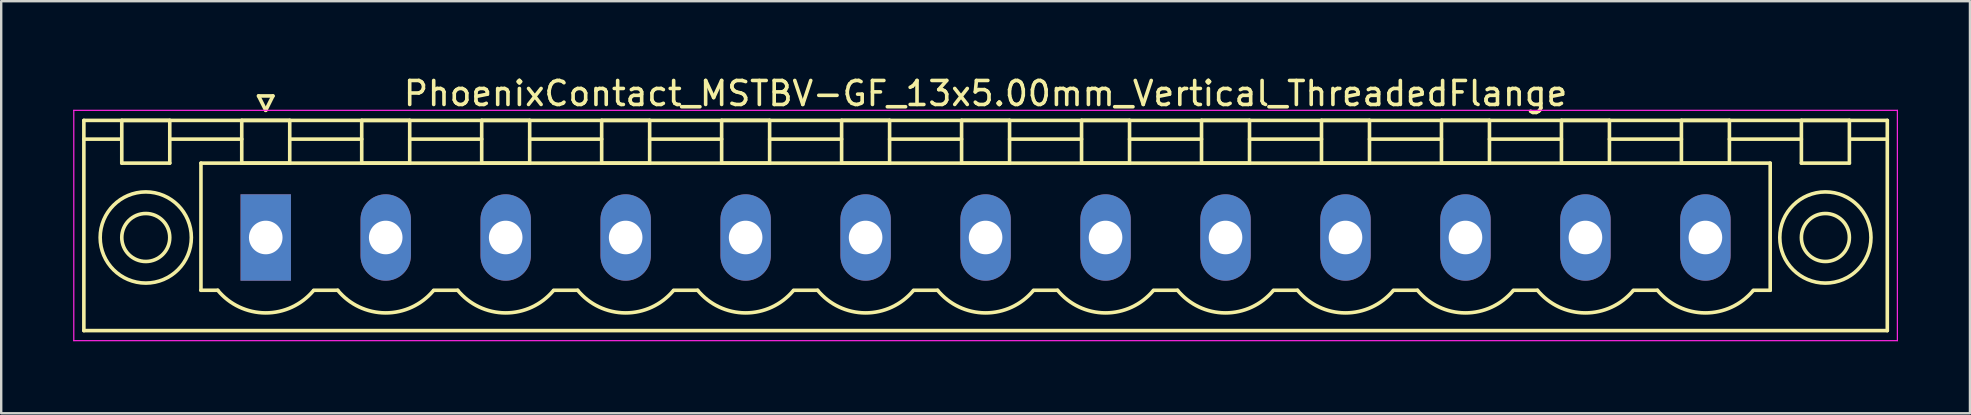
<source format=kicad_pcb>
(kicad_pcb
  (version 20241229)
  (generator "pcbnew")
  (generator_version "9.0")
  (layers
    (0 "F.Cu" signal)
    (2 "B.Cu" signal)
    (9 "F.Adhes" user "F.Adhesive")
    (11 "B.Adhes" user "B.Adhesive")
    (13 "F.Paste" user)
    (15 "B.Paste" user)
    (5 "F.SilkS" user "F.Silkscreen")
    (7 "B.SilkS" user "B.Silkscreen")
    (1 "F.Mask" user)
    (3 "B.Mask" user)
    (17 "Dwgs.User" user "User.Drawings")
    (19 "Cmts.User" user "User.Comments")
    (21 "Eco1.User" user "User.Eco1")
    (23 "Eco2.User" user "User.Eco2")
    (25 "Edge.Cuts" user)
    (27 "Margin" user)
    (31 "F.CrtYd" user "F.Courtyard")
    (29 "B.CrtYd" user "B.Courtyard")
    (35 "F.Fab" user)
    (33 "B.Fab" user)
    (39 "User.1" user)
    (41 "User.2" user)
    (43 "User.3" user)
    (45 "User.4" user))
  (footprint "PhoenixContact_MSTBV-GF_13x5.00mm_Vertical_ThreadedFlange"
    (layer "F.Cu")
    (at 8.025 6.848)
    (property "Reference" "PhoenixContact_MSTBV-GF_13x5.00mm_Vertical_ThreadedFlange" (at 30 -6 0) (layer "F.SilkS") (effects (font (size 1 1) (thickness 0.15))))
    (attr through_hole)
    (fp_line (start -7.58 -4.88) (end -7.58 3.88) (stroke (width 0.15) (type solid)) (layer "F.SilkS"))
    (fp_line (start -7.58 -4.1) (end -6.08 -4.1) (stroke (width 0.15) (type solid)) (layer "F.SilkS"))
    (fp_line (start -7.58 3.88) (end 67.58 3.88) (stroke (width 0.15) (type solid)) (layer "F.SilkS"))
    (fp_line (start -6 -4.88) (end -4 -4.88) (stroke (width 0.15) (type solid)) (layer "F.SilkS"))
    (fp_line (start -6 -3.1) (end -6 -4.88) (stroke (width 0.15) (type solid)) (layer "F.SilkS"))
    (fp_line (start -4 -4.88) (end -4 -3.1) (stroke (width 0.15) (type solid)) (layer "F.SilkS"))
    (fp_line (start -4 -4.1) (end -1 -4.1) (stroke (width 0.15) (type solid)) (layer "F.SilkS"))
    (fp_line (start -4 -3.1) (end -6 -3.1) (stroke (width 0.15) (type solid)) (layer "F.SilkS"))
    (fp_line (start -2.7 -3.1) (end 62.7 -3.1) (stroke (width 0.15) (type solid)) (layer "F.SilkS"))
    (fp_line (start -2.7 2.2) (end -2.7 -3.1) (stroke (width 0.15) (type solid)) (layer "F.SilkS"))
    (fp_line (start -2 2.2) (end -2.7 2.2) (stroke (width 0.15) (type solid)) (layer "F.SilkS"))
    (fp_line (start -1 -4.88) (end 1 -4.88) (stroke (width 0.15) (type solid)) (layer "F.SilkS"))
    (fp_line (start -1 -3.1) (end -1 -4.88) (stroke (width 0.15) (type solid)) (layer "F.SilkS"))
    (fp_line (start -0.3 -5.9) (end 0 -5.3) (stroke (width 0.15) (type solid)) (layer "F.SilkS"))
    (fp_line (start 0 -5.3) (end 0.3 -5.9) (stroke (width 0.15) (type solid)) (layer "F.SilkS"))
    (fp_line (start 0.3 -5.9) (end -0.3 -5.9) (stroke (width 0.15) (type solid)) (layer "F.SilkS"))
    (fp_line (start 1 -4.88) (end 1 -3.1) (stroke (width 0.15) (type solid)) (layer "F.SilkS"))
    (fp_line (start 1 -4.1) (end 4 -4.1) (stroke (width 0.15) (type solid)) (layer "F.SilkS"))
    (fp_line (start 1 -3.1) (end -1 -3.1) (stroke (width 0.15) (type solid)) (layer "F.SilkS"))
    (fp_line (start 2 2.2) (end 3 2.2) (stroke (width 0.15) (type solid)) (layer "F.SilkS"))
    (fp_line (start 4 -4.88) (end 6 -4.88) (stroke (width 0.15) (type solid)) (layer "F.SilkS"))
    (fp_line (start 4 -3.1) (end 4 -4.88) (stroke (width 0.15) (type solid)) (layer "F.SilkS"))
    (fp_line (start 6 -4.88) (end 6 -3.1) (stroke (width 0.15) (type solid)) (layer "F.SilkS"))
    (fp_line (start 6 -4.1) (end 9 -4.1) (stroke (width 0.15) (type solid)) (layer "F.SilkS"))
    (fp_line (start 6 -3.1) (end 4 -3.1) (stroke (width 0.15) (type solid)) (layer "F.SilkS"))
    (fp_line (start 7 2.2) (end 8 2.2) (stroke (width 0.15) (type solid)) (layer "F.SilkS"))
    (fp_line (start 9 -4.88) (end 11 -4.88) (stroke (width 0.15) (type solid)) (layer "F.SilkS"))
    (fp_line (start 9 -3.1) (end 9 -4.88) (stroke (width 0.15) (type solid)) (layer "F.SilkS"))
    (fp_line (start 11 -4.88) (end 11 -3.1) (stroke (width 0.15) (type solid)) (layer "F.SilkS"))
    (fp_line (start 11 -4.1) (end 14 -4.1) (stroke (width 0.15) (type solid)) (layer "F.SilkS"))
    (fp_line (start 11 -3.1) (end 9 -3.1) (stroke (width 0.15) (type solid)) (layer "F.SilkS"))
    (fp_line (start 12 2.2) (end 13 2.2) (stroke (width 0.15) (type solid)) (layer "F.SilkS"))
    (fp_line (start 14 -4.88) (end 16 -4.88) (stroke (width 0.15) (type solid)) (layer "F.SilkS"))
    (fp_line (start 14 -3.1) (end 14 -4.88) (stroke (width 0.15) (type solid)) (layer "F.SilkS"))
    (fp_line (start 16 -4.88) (end 16 -3.1) (stroke (width 0.15) (type solid)) (layer "F.SilkS"))
    (fp_line (start 16 -4.1) (end 19 -4.1) (stroke (width 0.15) (type solid)) (layer "F.SilkS"))
    (fp_line (start 16 -3.1) (end 14 -3.1) (stroke (width 0.15) (type solid)) (layer "F.SilkS"))
    (fp_line (start 17 2.2) (end 18 2.2) (stroke (width 0.15) (type solid)) (layer "F.SilkS"))
    (fp_line (start 19 -4.88) (end 21 -4.88) (stroke (width 0.15) (type solid)) (layer "F.SilkS"))
    (fp_line (start 19 -3.1) (end 19 -4.88) (stroke (width 0.15) (type solid)) (layer "F.SilkS"))
    (fp_line (start 21 -4.88) (end 21 -3.1) (stroke (width 0.15) (type solid)) (layer "F.SilkS"))
    (fp_line (start 21 -4.1) (end 24 -4.1) (stroke (width 0.15) (type solid)) (layer "F.SilkS"))
    (fp_line (start 21 -3.1) (end 19 -3.1) (stroke (width 0.15) (type solid)) (layer "F.SilkS"))
    (fp_line (start 22 2.2) (end 23 2.2) (stroke (width 0.15) (type solid)) (layer "F.SilkS"))
    (fp_line (start 24 -4.88) (end 26 -4.88) (stroke (width 0.15) (type solid)) (layer "F.SilkS"))
    (fp_line (start 24 -3.1) (end 24 -4.88) (stroke (width 0.15) (type solid)) (layer "F.SilkS"))
    (fp_line (start 26 -4.88) (end 26 -3.1) (stroke (width 0.15) (type solid)) (layer "F.SilkS"))
    (fp_line (start 26 -4.1) (end 29 -4.1) (stroke (width 0.15) (type solid)) (layer "F.SilkS"))
    (fp_line (start 26 -3.1) (end 24 -3.1) (stroke (width 0.15) (type solid)) (layer "F.SilkS"))
    (fp_line (start 27 2.2) (end 28 2.2) (stroke (width 0.15) (type solid)) (layer "F.SilkS"))
    (fp_line (start 29 -4.88) (end 31 -4.88) (stroke (width 0.15) (type solid)) (layer "F.SilkS"))
    (fp_line (start 29 -3.1) (end 29 -4.88) (stroke (width 0.15) (type solid)) (layer "F.SilkS"))
    (fp_line (start 31 -4.88) (end 31 -3.1) (stroke (width 0.15) (type solid)) (layer "F.SilkS"))
    (fp_line (start 31 -4.1) (end 34 -4.1) (stroke (width 0.15) (type solid)) (layer "F.SilkS"))
    (fp_line (start 31 -3.1) (end 29 -3.1) (stroke (width 0.15) (type solid)) (layer "F.SilkS"))
    (fp_line (start 32 2.2) (end 33 2.2) (stroke (width 0.15) (type solid)) (layer "F.SilkS"))
    (fp_line (start 34 -4.88) (end 36 -4.88) (stroke (width 0.15) (type solid)) (layer "F.SilkS"))
    (fp_line (start 34 -3.1) (end 34 -4.88) (stroke (width 0.15) (type solid)) (layer "F.SilkS"))
    (fp_line (start 36 -4.88) (end 36 -3.1) (stroke (width 0.15) (type solid)) (layer "F.SilkS"))
    (fp_line (start 36 -4.1) (end 39 -4.1) (stroke (width 0.15) (type solid)) (layer "F.SilkS"))
    (fp_line (start 36 -3.1) (end 34 -3.1) (stroke (width 0.15) (type solid)) (layer "F.SilkS"))
    (fp_line (start 37 2.2) (end 38 2.2) (stroke (width 0.15) (type solid)) (layer "F.SilkS"))
    (fp_line (start 39 -4.88) (end 41 -4.88) (stroke (width 0.15) (type solid)) (layer "F.SilkS"))
    (fp_line (start 39 -3.1) (end 39 -4.88) (stroke (width 0.15) (type solid)) (layer "F.SilkS"))
    (fp_line (start 41 -4.88) (end 41 -3.1) (stroke (width 0.15) (type solid)) (layer "F.SilkS"))
    (fp_line (start 41 -4.1) (end 44 -4.1) (stroke (width 0.15) (type solid)) (layer "F.SilkS"))
    (fp_line (start 41 -3.1) (end 39 -3.1) (stroke (width 0.15) (type solid)) (layer "F.SilkS"))
    (fp_line (start 42 2.2) (end 43 2.2) (stroke (width 0.15) (type solid)) (layer "F.SilkS"))
    (fp_line (start 44 -4.88) (end 46 -4.88) (stroke (width 0.15) (type solid)) (layer "F.SilkS"))
    (fp_line (start 44 -3.1) (end 44 -4.88) (stroke (width 0.15) (type solid)) (layer "F.SilkS"))
    (fp_line (start 46 -4.88) (end 46 -3.1) (stroke (width 0.15) (type solid)) (layer "F.SilkS"))
    (fp_line (start 46 -4.1) (end 49 -4.1) (stroke (width 0.15) (type solid)) (layer "F.SilkS"))
    (fp_line (start 46 -3.1) (end 44 -3.1) (stroke (width 0.15) (type solid)) (layer "F.SilkS"))
    (fp_line (start 47 2.2) (end 48 2.2) (stroke (width 0.15) (type solid)) (layer "F.SilkS"))
    (fp_line (start 49 -4.88) (end 51 -4.88) (stroke (width 0.15) (type solid)) (layer "F.SilkS"))
    (fp_line (start 49 -3.1) (end 49 -4.88) (stroke (width 0.15) (type solid)) (layer "F.SilkS"))
    (fp_line (start 51 -4.88) (end 51 -3.1) (stroke (width 0.15) (type solid)) (layer "F.SilkS"))
    (fp_line (start 51 -4.1) (end 54 -4.1) (stroke (width 0.15) (type solid)) (layer "F.SilkS"))
    (fp_line (start 51 -3.1) (end 49 -3.1) (stroke (width 0.15) (type solid)) (layer "F.SilkS"))
    (fp_line (start 52 2.2) (end 53 2.2) (stroke (width 0.15) (type solid)) (layer "F.SilkS"))
    (fp_line (start 54 -4.88) (end 56 -4.88) (stroke (width 0.15) (type solid)) (layer "F.SilkS"))
    (fp_line (start 54 -3.1) (end 54 -4.88) (stroke (width 0.15) (type solid)) (layer "F.SilkS"))
    (fp_line (start 56 -4.88) (end 56 -3.1) (stroke (width 0.15) (type solid)) (layer "F.SilkS"))
    (fp_line (start 56 -4.1) (end 59 -4.1) (stroke (width 0.15) (type solid)) (layer "F.SilkS"))
    (fp_line (start 56 -3.1) (end 54 -3.1) (stroke (width 0.15) (type solid)) (layer "F.SilkS"))
    (fp_line (start 57 2.2) (end 58 2.2) (stroke (width 0.15) (type solid)) (layer "F.SilkS"))
    (fp_line (start 59 -4.88) (end 61 -4.88) (stroke (width 0.15) (type solid)) (layer "F.SilkS"))
    (fp_line (start 59 -3.1) (end 59 -4.88) (stroke (width 0.15) (type solid)) (layer "F.SilkS"))
    (fp_line (start 61 -4.88) (end 61 -3.1) (stroke (width 0.15) (type solid)) (layer "F.SilkS"))
    (fp_line (start 61 -4.1) (end 64 -4.1) (stroke (width 0.15) (type solid)) (layer "F.SilkS"))
    (fp_line (start 61 -3.1) (end 59 -3.1) (stroke (width 0.15) (type solid)) (layer "F.SilkS"))
    (fp_line (start 62.7 -3.1) (end 62.7 2.2) (stroke (width 0.15) (type solid)) (layer "F.SilkS"))
    (fp_line (start 62.7 2.2) (end 62 2.2) (stroke (width 0.15) (type solid)) (layer "F.SilkS"))
    (fp_line (start 64 -4.88) (end 66 -4.88) (stroke (width 0.15) (type solid)) (layer "F.SilkS"))
    (fp_line (start 64 -3.1) (end 64 -4.88) (stroke (width 0.15) (type solid)) (layer "F.SilkS"))
    (fp_line (start 66 -4.88) (end 66 -3.1) (stroke (width 0.15) (type solid)) (layer "F.SilkS"))
    (fp_line (start 66 -3.1) (end 64 -3.1) (stroke (width 0.15) (type solid)) (layer "F.SilkS"))
    (fp_line (start 67.58 -4.88) (end -7.58 -4.88) (stroke (width 0.15) (type solid)) (layer "F.SilkS"))
    (fp_line (start 67.58 -4.1) (end 66.08 -4.1) (stroke (width 0.15) (type solid)) (layer "F.SilkS"))
    (fp_line (start 67.58 3.88) (end 67.58 -4.88) (stroke (width 0.15) (type solid)) (layer "F.SilkS"))
    (fp_arc (start 1.986842 2.215821) (mid -0.010289 3.142758) (end -2 2.2) (stroke (width 0.15) (type solid)) (layer "F.SilkS"))
    (fp_arc (start 6.986842 2.215821) (mid 4.989711 3.142758) (end 3 2.2) (stroke (width 0.15) (type solid)) (layer "F.SilkS"))
    (fp_arc (start 11.986842 2.215821) (mid 9.989711 3.142758) (end 8 2.2) (stroke (width 0.15) (type solid)) (layer "F.SilkS"))
    (fp_arc (start 16.986842 2.215821) (mid 14.989711 3.142758) (end 13 2.2) (stroke (width 0.15) (type solid)) (layer "F.SilkS"))
    (fp_arc (start 21.986842 2.215821) (mid 19.989711 3.142758) (end 18 2.2) (stroke (width 0.15) (type solid)) (layer "F.SilkS"))
    (fp_arc (start 26.986842 2.215821) (mid 24.989711 3.142758) (end 23 2.2) (stroke (width 0.15) (type solid)) (layer "F.SilkS"))
    (fp_arc (start 31.986842 2.215821) (mid 29.989711 3.142758) (end 28 2.2) (stroke (width 0.15) (type solid)) (layer "F.SilkS"))
    (fp_arc (start 36.986842 2.215821) (mid 34.989711 3.142758) (end 33 2.2) (stroke (width 0.15) (type solid)) (layer "F.SilkS"))
    (fp_arc (start 41.986842 2.215821) (mid 39.989711 3.142758) (end 38 2.2) (stroke (width 0.15) (type solid)) (layer "F.SilkS"))
    (fp_arc (start 46.986842 2.215821) (mid 44.989711 3.142758) (end 43 2.2) (stroke (width 0.15) (type solid)) (layer "F.SilkS"))
    (fp_arc (start 51.986842 2.215821) (mid 49.989711 3.142758) (end 48 2.2) (stroke (width 0.15) (type solid)) (layer "F.SilkS"))
    (fp_arc (start 56.986842 2.215821) (mid 54.989711 3.142758) (end 53 2.2) (stroke (width 0.15) (type solid)) (layer "F.SilkS"))
    (fp_arc (start 61.986842 2.215821) (mid 59.989711 3.142758) (end 58 2.2) (stroke (width 0.15) (type solid)) (layer "F.SilkS"))
    (fp_circle (center -5 0) (end -4 0) (stroke (width 0.15) (type solid)) (fill no) (layer "F.SilkS"))
    (fp_circle (center -5 0) (end -3.1 0) (stroke (width 0.15) (type solid)) (fill no) (layer "F.SilkS"))
    (fp_circle (center 65 0) (end 66 0) (stroke (width 0.15) (type solid)) (fill no) (layer "F.SilkS"))
    (fp_circle (center 65 0) (end 66.9 0) (stroke (width 0.15) (type solid)) (fill no) (layer "F.SilkS"))
    (fp_line (start -8 -5.3) (end -8 4.3) (stroke (width 0.05) (type solid)) (layer "F.CrtYd"))
    (fp_line (start -8 4.3) (end 68 4.3) (stroke (width 0.05) (type solid)) (layer "F.CrtYd"))
    (fp_line (start 68 -5.3) (end -8 -5.3) (stroke (width 0.05) (type solid)) (layer "F.CrtYd"))
    (fp_line (start 68 4.3) (end 68 -5.3) (stroke (width 0.05) (type solid)) (layer "F.CrtYd"))
    (pad "1" thru_hole rect (at 0 0) (size 2.1 3.6) (drill 1.4) (layers "*.Cu" "*.Mask"))
    (pad "2" thru_hole oval (at 5 0) (size 2.1 3.6) (drill 1.4) (layers "*.Cu" "*.Mask"))
    (pad "3" thru_hole oval (at 10 0) (size 2.1 3.6) (drill 1.4) (layers "*.Cu" "*.Mask"))
    (pad "4" thru_hole oval (at 15 0) (size 2.1 3.6) (drill 1.4) (layers "*.Cu" "*.Mask"))
    (pad "5" thru_hole oval (at 20 0) (size 2.1 3.6) (drill 1.4) (layers "*.Cu" "*.Mask"))
    (pad "6" thru_hole oval (at 25 0) (size 2.1 3.6) (drill 1.4) (layers "*.Cu" "*.Mask"))
    (pad "7" thru_hole oval (at 30 0) (size 2.1 3.6) (drill 1.4) (layers "*.Cu" "*.Mask"))
    (pad "8" thru_hole oval (at 35 0) (size 2.1 3.6) (drill 1.4) (layers "*.Cu" "*.Mask"))
    (pad "9" thru_hole oval (at 40 0) (size 2.1 3.6) (drill 1.4) (layers "*.Cu" "*.Mask"))
    (pad "10" thru_hole oval (at 45 0) (size 2.1 3.6) (drill 1.4) (layers "*.Cu" "*.Mask"))
    (pad "11" thru_hole oval (at 50 0) (size 2.1 3.6) (drill 1.4) (layers "*.Cu" "*.Mask"))
    (pad "12" thru_hole oval (at 55 0) (size 2.1 3.6) (drill 1.4) (layers "*.Cu" "*.Mask"))
    (pad "13" thru_hole oval (at 60 0) (size 2.1 3.6) (drill 1.4) (layers "*.Cu" "*.Mask")))
  (gr_rect
    (start -3 -3)
    (end 79.05 14.173)
    (stroke (width 0.1) (type default))
    (fill no)
    (layer "Edge.Cuts")))
</source>
